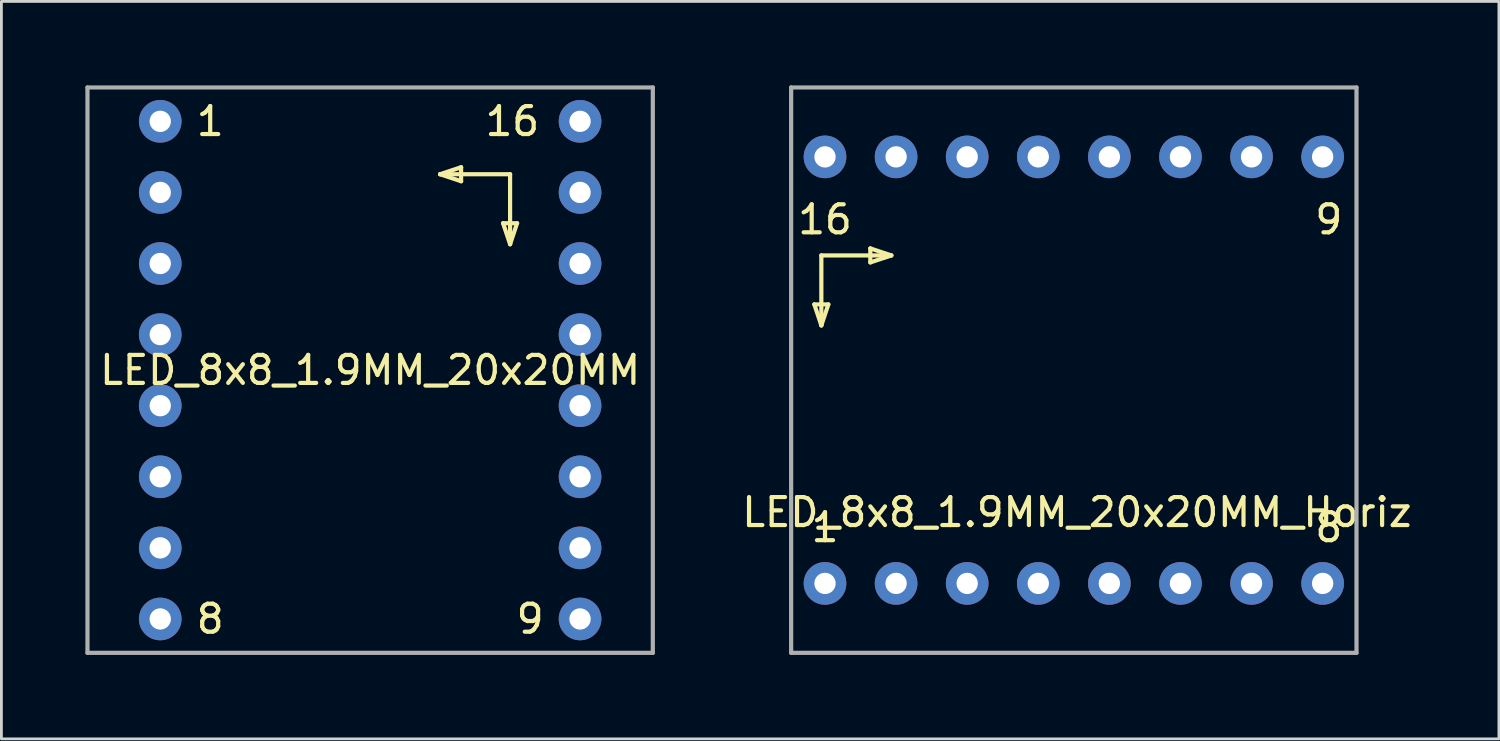
<source format=kicad_pcb>
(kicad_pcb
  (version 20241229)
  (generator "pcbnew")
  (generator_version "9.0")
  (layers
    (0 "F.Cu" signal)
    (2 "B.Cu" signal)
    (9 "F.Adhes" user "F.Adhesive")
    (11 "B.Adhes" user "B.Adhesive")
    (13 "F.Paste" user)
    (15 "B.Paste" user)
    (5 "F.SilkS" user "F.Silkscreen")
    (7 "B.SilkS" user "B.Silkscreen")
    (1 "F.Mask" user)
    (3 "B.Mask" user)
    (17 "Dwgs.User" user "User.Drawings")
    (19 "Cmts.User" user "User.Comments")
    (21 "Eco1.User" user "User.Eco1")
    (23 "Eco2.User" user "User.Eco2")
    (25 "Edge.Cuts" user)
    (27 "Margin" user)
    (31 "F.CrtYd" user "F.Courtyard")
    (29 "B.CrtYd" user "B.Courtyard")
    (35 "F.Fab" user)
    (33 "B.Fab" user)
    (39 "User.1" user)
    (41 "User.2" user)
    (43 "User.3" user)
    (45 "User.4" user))
  (footprint "LED_8x8_1.9MM_20x20MM_Horiz"
    (layer "F.Cu")
    (at 26.427 17.795)
    (property "Reference" "LED_8x8_1.9MM_20x20MM_Horiz" (at 9 -2.54 0) (layer "F.SilkS") (effects (font (size 1 1) (thickness 0.15))))
    (attr through_hole)
    (fp_line (start -0.381 -9.969) (end 0.119 -9.969) (stroke (width 0.15) (type solid)) (layer "F.SilkS"))
    (fp_line (start -0.131 -11.719) (end -0.131 -9.219) (stroke (width 0.15) (type solid)) (layer "F.SilkS"))
    (fp_line (start -0.131 -11.719) (end 2.369 -11.719) (stroke (width 0.15) (type solid)) (layer "F.SilkS"))
    (fp_line (start -0.131 -9.219) (end -0.381 -9.969) (stroke (width 0.15) (type solid)) (layer "F.SilkS"))
    (fp_line (start 0.119 -9.969) (end -0.131 -9.219) (stroke (width 0.15) (type solid)) (layer "F.SilkS"))
    (fp_line (start 1.619 -11.969) (end 1.619 -11.469) (stroke (width 0.15) (type solid)) (layer "F.SilkS"))
    (fp_line (start 1.619 -11.469) (end 2.369 -11.719) (stroke (width 0.15) (type solid)) (layer "F.SilkS"))
    (fp_line (start 2.369 -11.719) (end 1.619 -11.969) (stroke (width 0.15) (type solid)) (layer "F.SilkS"))
    (fp_line (start -1.21 -17.72) (end 18.99 -17.72) (stroke (width 0.15) (type solid)) (layer "F.Fab"))
    (fp_line (start -1.21 2.48) (end -1.21 -17.72) (stroke (width 0.15) (type solid)) (layer "F.Fab"))
    (fp_line (start 18.99 -17.72) (end 18.99 2.48) (stroke (width 0.15) (type solid)) (layer "F.Fab"))
    (fp_line (start 18.99 2.48) (end -1.21 2.48) (stroke (width 0.15) (type solid)) (layer "F.Fab"))
    (fp_text user "16" (at 0 -13 0) (layer "F.SilkS") (effects (font (size 1 1) (thickness 0.15))))
    (fp_text user "8" (at 18 -2 0) (layer "F.SilkS") (effects (font (size 1 1) (thickness 0.15))))
    (fp_text user "1" (at 0 -2 0) (layer "F.SilkS") (effects (font (size 1 1) (thickness 0.15))))
    (fp_text user "9" (at 18 -13 0) (layer "F.SilkS") (effects (font (size 1 1) (thickness 0.15))))
    (pad "1" thru_hole circle (at 0 0) (size 1.524 1.524) (drill 0.762) (layers "*.Cu" "*.Mask"))
    (pad "2" thru_hole circle (at 2.54 0) (size 1.524 1.524) (drill 0.762) (layers "*.Cu" "*.Mask"))
    (pad "3" thru_hole circle (at 5.08 0) (size 1.524 1.524) (drill 0.762) (layers "*.Cu" "*.Mask"))
    (pad "4" thru_hole circle (at 7.62 0) (size 1.524 1.524) (drill 0.762) (layers "*.Cu" "*.Mask"))
    (pad "5" thru_hole circle (at 10.16 0) (size 1.524 1.524) (drill 0.762) (layers "*.Cu" "*.Mask"))
    (pad "6" thru_hole circle (at 12.7 0) (size 1.524 1.524) (drill 0.762) (layers "*.Cu" "*.Mask"))
    (pad "7" thru_hole circle (at 15.24 0) (size 1.524 1.524) (drill 0.762) (layers "*.Cu" "*.Mask"))
    (pad "8" thru_hole circle (at 17.78 0) (size 1.524 1.524) (drill 0.762) (layers "*.Cu" "*.Mask"))
    (pad "9" thru_hole circle (at 17.78 -15.24) (size 1.524 1.524) (drill 0.762) (layers "*.Cu" "*.Mask"))
    (pad "10" thru_hole circle (at 15.24 -15.24) (size 1.524 1.524) (drill 0.762) (layers "*.Cu" "*.Mask"))
    (pad "11" thru_hole circle (at 12.7 -15.24) (size 1.524 1.524) (drill 0.762) (layers "*.Cu" "*.Mask"))
    (pad "12" thru_hole circle (at 10.16 -15.24) (size 1.524 1.524) (drill 0.762) (layers "*.Cu" "*.Mask"))
    (pad "13" thru_hole circle (at 7.62 -15.24) (size 1.524 1.524) (drill 0.762) (layers "*.Cu" "*.Mask"))
    (pad "14" thru_hole circle (at 5.08 -15.24) (size 1.524 1.524) (drill 0.762) (layers "*.Cu" "*.Mask"))
    (pad "15" thru_hole circle (at 2.54 -15.24) (size 1.524 1.524) (drill 0.762) (layers "*.Cu" "*.Mask"))
    (pad "16" thru_hole circle (at 0 -15.24) (size 1.524 1.524) (drill 0.762) (layers "*.Cu" "*.Mask")))
  (footprint "LED_8x8_1.9MM_20x20MM"
    (layer "F.Cu")
    (at 10.175 10.175)
    (property "Reference" "LED_8x8_1.9MM_20x20MM" (at 0 0 0) (layer "F.SilkS") (effects (font (size 1 1) (thickness 0.15))))
    (attr through_hole)
    (fp_line (start 2.5 -7) (end 3.25 -7.25) (stroke (width 0.15) (type solid)) (layer "F.SilkS"))
    (fp_line (start 3.25 -7.25) (end 3.25 -6.75) (stroke (width 0.15) (type solid)) (layer "F.SilkS"))
    (fp_line (start 3.25 -6.75) (end 2.5 -7) (stroke (width 0.15) (type solid)) (layer "F.SilkS"))
    (fp_line (start 4.75 -5.25) (end 5 -4.5) (stroke (width 0.15) (type solid)) (layer "F.SilkS"))
    (fp_line (start 5 -7) (end 2.5 -7) (stroke (width 0.15) (type solid)) (layer "F.SilkS"))
    (fp_line (start 5 -7) (end 5 -4.5) (stroke (width 0.15) (type solid)) (layer "F.SilkS"))
    (fp_line (start 5 -4.5) (end 5.25 -5.25) (stroke (width 0.15) (type solid)) (layer "F.SilkS"))
    (fp_line (start 5.25 -5.25) (end 4.75 -5.25) (stroke (width 0.15) (type solid)) (layer "F.SilkS"))
    (fp_line (start -10.1 -10.1) (end 10.1 -10.1) (stroke (width 0.15) (type solid)) (layer "F.Fab"))
    (fp_line (start -10.1 10.1) (end -10.1 -10.1) (stroke (width 0.15) (type solid)) (layer "F.Fab"))
    (fp_line (start 10.1 -10.1) (end 10.1 10.1) (stroke (width 0.15) (type solid)) (layer "F.Fab"))
    (fp_line (start 10.1 10.1) (end -10.1 10.1) (stroke (width 0.15) (type solid)) (layer "F.Fab"))
    (fp_text user "1" (at -5.715 -8.89 0) (layer "F.SilkS") (effects (font (size 1 1) (thickness 0.15))))
    (fp_text user "8" (at -5.715 8.89 0) (layer "F.SilkS") (effects (font (size 1 1) (thickness 0.15))))
    (fp_text user "16" (at 5.08 -8.89 0) (layer "F.SilkS") (effects (font (size 1 1) (thickness 0.15))))
    (fp_text user "9" (at 5.715 8.89 0) (layer "F.SilkS") (effects (font (size 1 1) (thickness 0.15))))
    (pad "1" thru_hole circle (at -7.5 -8.89) (size 1.524 1.524) (drill 0.762) (layers "*.Cu" "*.Mask"))
    (pad "2" thru_hole circle (at -7.5 -6.35) (size 1.524 1.524) (drill 0.762) (layers "*.Cu" "*.Mask"))
    (pad "3" thru_hole circle (at -7.5 -3.81) (size 1.524 1.524) (drill 0.762) (layers "*.Cu" "*.Mask"))
    (pad "4" thru_hole circle (at -7.5 -1.27) (size 1.524 1.524) (drill 0.762) (layers "*.Cu" "*.Mask"))
    (pad "5" thru_hole circle (at -7.5 1.27) (size 1.524 1.524) (drill 0.762) (layers "*.Cu" "*.Mask"))
    (pad "6" thru_hole circle (at -7.5 3.81) (size 1.524 1.524) (drill 0.762) (layers "*.Cu" "*.Mask"))
    (pad "7" thru_hole circle (at -7.5 6.35) (size 1.524 1.524) (drill 0.762) (layers "*.Cu" "*.Mask"))
    (pad "8" thru_hole circle (at -7.5 8.89) (size 1.524 1.524) (drill 0.762) (layers "*.Cu" "*.Mask"))
    (pad "9" thru_hole circle (at 7.5 8.89) (size 1.524 1.524) (drill 0.762) (layers "*.Cu" "*.Mask"))
    (pad "10" thru_hole circle (at 7.5 6.35) (size 1.524 1.524) (drill 0.762) (layers "*.Cu" "*.Mask"))
    (pad "11" thru_hole circle (at 7.5 3.81) (size 1.524 1.524) (drill 0.762) (layers "*.Cu" "*.Mask"))
    (pad "12" thru_hole circle (at 7.5 1.27) (size 1.524 1.524) (drill 0.762) (layers "*.Cu" "*.Mask"))
    (pad "13" thru_hole circle (at 7.5 -1.27) (size 1.524 1.524) (drill 0.762) (layers "*.Cu" "*.Mask"))
    (pad "14" thru_hole circle (at 7.5 -3.81) (size 1.524 1.524) (drill 0.762) (layers "*.Cu" "*.Mask"))
    (pad "15" thru_hole circle (at 7.5 -6.35) (size 1.524 1.524) (drill 0.762) (layers "*.Cu" "*.Mask"))
    (pad "16" thru_hole circle (at 7.5 -8.89) (size 1.524 1.524) (drill 0.762) (layers "*.Cu" "*.Mask")))
  (gr_rect
    (start -3 -3)
    (end 50.505 23.35)
    (stroke (width 0.1) (type default))
    (fill no)
    (layer "Edge.Cuts")))
</source>
